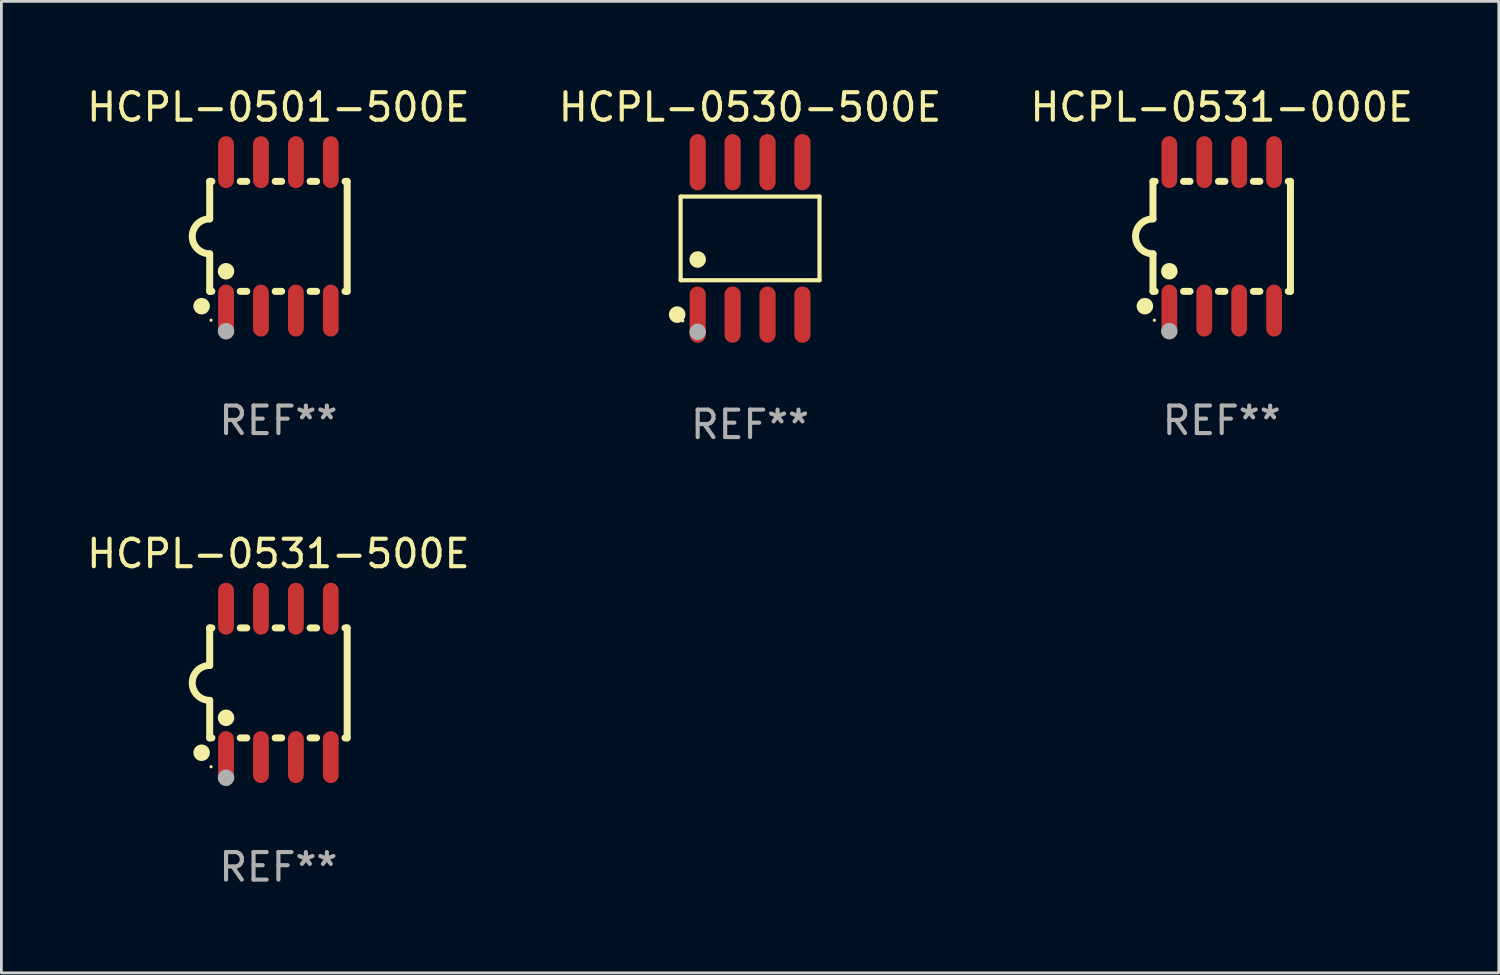
<source format=kicad_pcb>
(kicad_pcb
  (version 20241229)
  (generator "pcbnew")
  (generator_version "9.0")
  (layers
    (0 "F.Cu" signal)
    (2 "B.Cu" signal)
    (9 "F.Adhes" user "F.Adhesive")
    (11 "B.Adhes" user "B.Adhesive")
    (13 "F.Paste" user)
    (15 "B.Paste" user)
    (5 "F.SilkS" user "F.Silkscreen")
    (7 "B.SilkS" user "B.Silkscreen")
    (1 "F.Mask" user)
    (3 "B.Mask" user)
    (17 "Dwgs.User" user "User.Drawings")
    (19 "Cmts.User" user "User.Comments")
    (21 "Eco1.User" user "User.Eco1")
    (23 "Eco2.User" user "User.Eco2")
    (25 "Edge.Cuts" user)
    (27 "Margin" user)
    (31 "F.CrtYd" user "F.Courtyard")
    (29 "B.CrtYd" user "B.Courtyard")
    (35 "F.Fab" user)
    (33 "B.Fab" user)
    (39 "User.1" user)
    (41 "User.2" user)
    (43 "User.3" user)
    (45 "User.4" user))
  (footprint "HCPL-0531-500E"
    (layer "F.Cu")
    (at 7.077 21.789)
    (property "Reference" "HCPL-0531-500E" (at 0 -4.699 0) (layer "F.SilkS") (effects (font (size 1 1) (thickness 0.15))))
    (attr through_hole)
    (fp_line (start -2.5 -2) (end -2.5 -0.635) (stroke (width 0.254) (type solid)) (layer "F.SilkS"))
    (fp_line (start -2.5 -2) (end -2.421 -2) (stroke (width 0.254) (type solid)) (layer "F.SilkS"))
    (fp_line (start -2.5 2) (end -2.5 0.635) (stroke (width 0.254) (type solid)) (layer "F.SilkS"))
    (fp_line (start -2.5 2) (end -2.421 2) (stroke (width 0.254) (type solid)) (layer "F.SilkS"))
    (fp_line (start -1.389 -2) (end -1.151 -2) (stroke (width 0.254) (type solid)) (layer "F.SilkS"))
    (fp_line (start -1.389 2) (end -1.151 2) (stroke (width 0.254) (type solid)) (layer "F.SilkS"))
    (fp_line (start -0.119 -2) (end 0.119 -2) (stroke (width 0.254) (type solid)) (layer "F.SilkS"))
    (fp_line (start -0.119 2) (end 0.119 2) (stroke (width 0.254) (type solid)) (layer "F.SilkS"))
    (fp_line (start 1.151 -2) (end 1.389 -2) (stroke (width 0.254) (type solid)) (layer "F.SilkS"))
    (fp_line (start 1.151 2) (end 1.389 2) (stroke (width 0.254) (type solid)) (layer "F.SilkS"))
    (fp_line (start 2.421 -2) (end 2.5 -2) (stroke (width 0.254) (type solid)) (layer "F.SilkS"))
    (fp_line (start 2.421 2) (end 2.5 2) (stroke (width 0.254) (type solid)) (layer "F.SilkS"))
    (fp_line (start 2.5 -2) (end 2.5 2) (stroke (width 0.254) (type solid)) (layer "F.SilkS"))
    (fp_arc (start -2.5 0.635001) (mid -3.134366 -0.000318) (end -2.499365 -0.635001) (stroke (width 0.254001) (type solid)) (layer "F.SilkS"))
    (fp_circle (center -2.794 2.54) (end -2.644 2.54) (stroke (width 0.3) (type solid)) (fill no) (layer "F.SilkS"))
    (fp_circle (center -2.45 3.05) (end -2.42 3.05) (stroke (width 0.06) (type solid)) (fill no) (layer "F.SilkS"))
    (fp_circle (center -1.905 1.27) (end -1.755 1.27) (stroke (width 0.3) (type solid)) (fill no) (layer "F.SilkS"))
    (fp_circle (center -1.905 3.45) (end -1.755 3.45) (stroke (width 0.3) (type solid)) (fill no) (layer "F.Fab"))
    (fp_text user "REF**" (at 0 6.699 0) (layer "F.Fab") (effects (font (size 1 1) (thickness 0.15))))
    (pad "1" smd oval (at -1.905 2.699) (size 0.574 1.888) (layers "F.Cu" "F.Mask" "F.Paste"))
    (pad "2" smd oval (at -0.635 2.699) (size 0.574 1.888) (layers "F.Cu" "F.Mask" "F.Paste"))
    (pad "3" smd oval (at 0.635 2.699) (size 0.574 1.888) (layers "F.Cu" "F.Mask" "F.Paste"))
    (pad "4" smd oval (at 1.905 2.699) (size 0.574 1.888) (layers "F.Cu" "F.Mask" "F.Paste"))
    (pad "5" smd oval (at 1.905 -2.699) (size 0.574 1.888) (layers "F.Cu" "F.Mask" "F.Paste"))
    (pad "6" smd oval (at 0.635 -2.699) (size 0.574 1.888) (layers "F.Cu" "F.Mask" "F.Paste"))
    (pad "7" smd oval (at -0.635 -2.699) (size 0.574 1.888) (layers "F.Cu" "F.Mask" "F.Paste"))
    (pad "8" smd oval (at -1.905 -2.699) (size 0.574 1.888) (layers "F.Cu" "F.Mask" "F.Paste")))
  (footprint "HCPL-0531-000E"
    (layer "F.Cu")
    (at 41.387 5.547)
    (property "Reference" "HCPL-0531-000E" (at 0 -4.699 0) (layer "F.SilkS") (effects (font (size 1 1) (thickness 0.15))))
    (attr through_hole)
    (fp_line (start -2.5 -2) (end -2.5 -0.635) (stroke (width 0.254) (type solid)) (layer "F.SilkS"))
    (fp_line (start -2.5 -2) (end -2.421 -2) (stroke (width 0.254) (type solid)) (layer "F.SilkS"))
    (fp_line (start -2.5 2) (end -2.5 0.635) (stroke (width 0.254) (type solid)) (layer "F.SilkS"))
    (fp_line (start -2.5 2) (end -2.421 2) (stroke (width 0.254) (type solid)) (layer "F.SilkS"))
    (fp_line (start -1.389 -2) (end -1.151 -2) (stroke (width 0.254) (type solid)) (layer "F.SilkS"))
    (fp_line (start -1.389 2) (end -1.151 2) (stroke (width 0.254) (type solid)) (layer "F.SilkS"))
    (fp_line (start -0.119 -2) (end 0.119 -2) (stroke (width 0.254) (type solid)) (layer "F.SilkS"))
    (fp_line (start -0.119 2) (end 0.119 2) (stroke (width 0.254) (type solid)) (layer "F.SilkS"))
    (fp_line (start 1.151 -2) (end 1.389 -2) (stroke (width 0.254) (type solid)) (layer "F.SilkS"))
    (fp_line (start 1.151 2) (end 1.389 2) (stroke (width 0.254) (type solid)) (layer "F.SilkS"))
    (fp_line (start 2.421 -2) (end 2.5 -2) (stroke (width 0.254) (type solid)) (layer "F.SilkS"))
    (fp_line (start 2.421 2) (end 2.5 2) (stroke (width 0.254) (type solid)) (layer "F.SilkS"))
    (fp_line (start 2.5 -2) (end 2.5 2) (stroke (width 0.254) (type solid)) (layer "F.SilkS"))
    (fp_arc (start -2.5 0.635001) (mid -3.134366 -0.000318) (end -2.499365 -0.635001) (stroke (width 0.254001) (type solid)) (layer "F.SilkS"))
    (fp_circle (center -2.794 2.54) (end -2.644 2.54) (stroke (width 0.3) (type solid)) (fill no) (layer "F.SilkS"))
    (fp_circle (center -2.45 3.05) (end -2.42 3.05) (stroke (width 0.06) (type solid)) (fill no) (layer "F.SilkS"))
    (fp_circle (center -1.905 1.27) (end -1.755 1.27) (stroke (width 0.3) (type solid)) (fill no) (layer "F.SilkS"))
    (fp_circle (center -1.905 3.45) (end -1.755 3.45) (stroke (width 0.3) (type solid)) (fill no) (layer "F.Fab"))
    (fp_text user "REF**" (at 0 6.699 0) (layer "F.Fab") (effects (font (size 1 1) (thickness 0.15))))
    (pad "1" smd oval (at -1.905 2.699) (size 0.574 1.888) (layers "F.Cu" "F.Mask" "F.Paste"))
    (pad "2" smd oval (at -0.635 2.699) (size 0.574 1.888) (layers "F.Cu" "F.Mask" "F.Paste"))
    (pad "3" smd oval (at 0.635 2.699) (size 0.574 1.888) (layers "F.Cu" "F.Mask" "F.Paste"))
    (pad "4" smd oval (at 1.905 2.699) (size 0.574 1.888) (layers "F.Cu" "F.Mask" "F.Paste"))
    (pad "5" smd oval (at 1.905 -2.699) (size 0.574 1.888) (layers "F.Cu" "F.Mask" "F.Paste"))
    (pad "6" smd oval (at 0.635 -2.699) (size 0.574 1.888) (layers "F.Cu" "F.Mask" "F.Paste"))
    (pad "7" smd oval (at -0.635 -2.699) (size 0.574 1.888) (layers "F.Cu" "F.Mask" "F.Paste"))
    (pad "8" smd oval (at -1.905 -2.699) (size 0.574 1.888) (layers "F.Cu" "F.Mask" "F.Paste")))
  (footprint "HCPL-0530-500E"
    (layer "F.Cu")
    (at 24.232 5.621)
    (property "Reference" "HCPL-0530-500E" (at 0 -4.772 0) (layer "F.SilkS") (effects (font (size 1 1) (thickness 0.15))))
    (attr through_hole)
    (fp_line (start -2.526 -1.521) (end 2.526 -1.521) (stroke (width 0.152) (type solid)) (layer "F.SilkS"))
    (fp_line (start -2.526 1.521) (end -2.526 -1.521) (stroke (width 0.152) (type solid)) (layer "F.SilkS"))
    (fp_line (start 2.526 -1.521) (end 2.526 1.521) (stroke (width 0.152) (type solid)) (layer "F.SilkS"))
    (fp_line (start 2.526 1.521) (end -2.526 1.521) (stroke (width 0.152) (type solid)) (layer "F.SilkS"))
    (fp_circle (center -2.652 2.772) (end -2.501 2.772) (stroke (width 0.3) (type solid)) (fill no) (layer "F.SilkS"))
    (fp_circle (center -2.45 3) (end -2.42 3) (stroke (width 0.06) (type solid)) (fill no) (layer "F.SilkS"))
    (fp_circle (center -1.905 0.769) (end -1.755 0.769) (stroke (width 0.3) (type solid)) (fill no) (layer "F.SilkS"))
    (fp_circle (center -1.905 3.4) (end -1.755 3.4) (stroke (width 0.3) (type solid)) (fill no) (layer "F.Fab"))
    (fp_text user "REF**" (at 0 6.772 0) (layer "F.Fab") (effects (font (size 1 1) (thickness 0.15))))
    (pad "1" smd oval (at -1.905 2.772) (size 0.588 2.045) (layers "F.Cu" "F.Mask" "F.Paste"))
    (pad "2" smd oval (at -0.635 2.772) (size 0.588 2.045) (layers "F.Cu" "F.Mask" "F.Paste"))
    (pad "3" smd oval (at 0.635 2.772) (size 0.588 2.045) (layers "F.Cu" "F.Mask" "F.Paste"))
    (pad "4" smd oval (at 1.905 2.772) (size 0.588 2.045) (layers "F.Cu" "F.Mask" "F.Paste"))
    (pad "5" smd oval (at 1.905 -2.772) (size 0.588 2.045) (layers "F.Cu" "F.Mask" "F.Paste"))
    (pad "6" smd oval (at 0.635 -2.772) (size 0.588 2.045) (layers "F.Cu" "F.Mask" "F.Paste"))
    (pad "7" smd oval (at -0.635 -2.772) (size 0.588 2.045) (layers "F.Cu" "F.Mask" "F.Paste"))
    (pad "8" smd oval (at -1.905 -2.772) (size 0.588 2.045) (layers "F.Cu" "F.Mask" "F.Paste")))
  (footprint "HCPL-0501-500E"
    (layer "F.Cu")
    (at 7.077 5.547)
    (property "Reference" "HCPL-0501-500E" (at 0 -4.699 0) (layer "F.SilkS") (effects (font (size 1 1) (thickness 0.15))))
    (attr through_hole)
    (fp_line (start -2.5 -2) (end -2.5 -0.635) (stroke (width 0.254) (type solid)) (layer "F.SilkS"))
    (fp_line (start -2.5 -2) (end -2.421 -2) (stroke (width 0.254) (type solid)) (layer "F.SilkS"))
    (fp_line (start -2.5 2) (end -2.5 0.635) (stroke (width 0.254) (type solid)) (layer "F.SilkS"))
    (fp_line (start -2.5 2) (end -2.421 2) (stroke (width 0.254) (type solid)) (layer "F.SilkS"))
    (fp_line (start -1.389 -2) (end -1.151 -2) (stroke (width 0.254) (type solid)) (layer "F.SilkS"))
    (fp_line (start -1.389 2) (end -1.151 2) (stroke (width 0.254) (type solid)) (layer "F.SilkS"))
    (fp_line (start -0.119 -2) (end 0.119 -2) (stroke (width 0.254) (type solid)) (layer "F.SilkS"))
    (fp_line (start -0.119 2) (end 0.119 2) (stroke (width 0.254) (type solid)) (layer "F.SilkS"))
    (fp_line (start 1.151 -2) (end 1.389 -2) (stroke (width 0.254) (type solid)) (layer "F.SilkS"))
    (fp_line (start 1.151 2) (end 1.389 2) (stroke (width 0.254) (type solid)) (layer "F.SilkS"))
    (fp_line (start 2.421 -2) (end 2.5 -2) (stroke (width 0.254) (type solid)) (layer "F.SilkS"))
    (fp_line (start 2.421 2) (end 2.5 2) (stroke (width 0.254) (type solid)) (layer "F.SilkS"))
    (fp_line (start 2.5 -2) (end 2.5 2) (stroke (width 0.254) (type solid)) (layer "F.SilkS"))
    (fp_arc (start -2.5 0.635001) (mid -3.134366 -0.000318) (end -2.499365 -0.635001) (stroke (width 0.254001) (type solid)) (layer "F.SilkS"))
    (fp_circle (center -2.794 2.54) (end -2.644 2.54) (stroke (width 0.3) (type solid)) (fill no) (layer "F.SilkS"))
    (fp_circle (center -2.45 3.05) (end -2.42 3.05) (stroke (width 0.06) (type solid)) (fill no) (layer "F.SilkS"))
    (fp_circle (center -1.905 1.27) (end -1.755 1.27) (stroke (width 0.3) (type solid)) (fill no) (layer "F.SilkS"))
    (fp_circle (center -1.905 3.45) (end -1.755 3.45) (stroke (width 0.3) (type solid)) (fill no) (layer "F.Fab"))
    (fp_text user "REF**" (at 0 6.699 0) (layer "F.Fab") (effects (font (size 1 1) (thickness 0.15))))
    (pad "1" smd oval (at -1.905 2.699) (size 0.574 1.888) (layers "F.Cu" "F.Mask" "F.Paste"))
    (pad "2" smd oval (at -0.635 2.699) (size 0.574 1.888) (layers "F.Cu" "F.Mask" "F.Paste"))
    (pad "3" smd oval (at 0.635 2.699) (size 0.574 1.888) (layers "F.Cu" "F.Mask" "F.Paste"))
    (pad "4" smd oval (at 1.905 2.699) (size 0.574 1.888) (layers "F.Cu" "F.Mask" "F.Paste"))
    (pad "5" smd oval (at 1.905 -2.699) (size 0.574 1.888) (layers "F.Cu" "F.Mask" "F.Paste"))
    (pad "6" smd oval (at 0.635 -2.699) (size 0.574 1.888) (layers "F.Cu" "F.Mask" "F.Paste"))
    (pad "7" smd oval (at -0.635 -2.699) (size 0.574 1.888) (layers "F.Cu" "F.Mask" "F.Paste"))
    (pad "8" smd oval (at -1.905 -2.699) (size 0.574 1.888) (layers "F.Cu" "F.Mask" "F.Paste")))
  (gr_rect
    (start -3 -3)
    (end 51.464 32.336)
    (stroke (width 0.1) (type default))
    (fill no)
    (layer "Edge.Cuts")))
</source>
